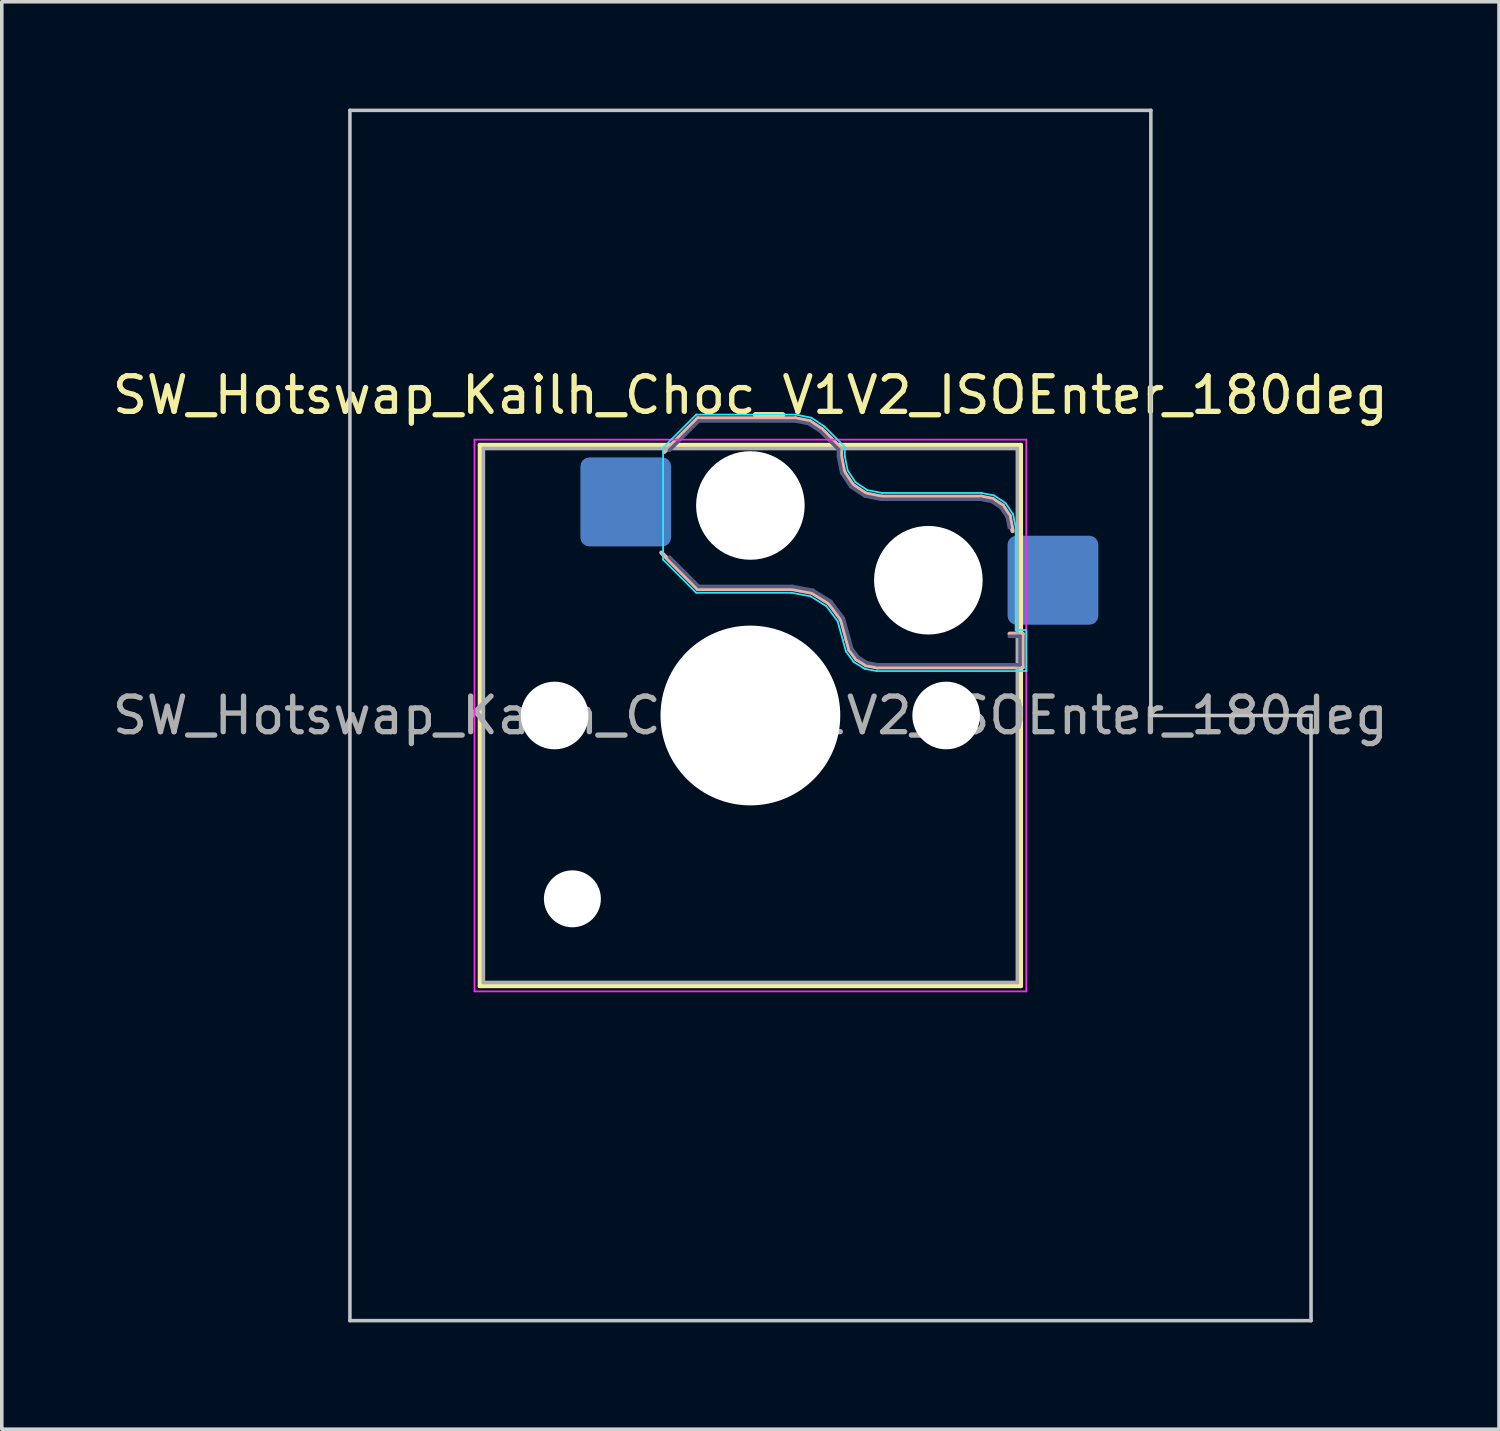
<source format=kicad_pcb>
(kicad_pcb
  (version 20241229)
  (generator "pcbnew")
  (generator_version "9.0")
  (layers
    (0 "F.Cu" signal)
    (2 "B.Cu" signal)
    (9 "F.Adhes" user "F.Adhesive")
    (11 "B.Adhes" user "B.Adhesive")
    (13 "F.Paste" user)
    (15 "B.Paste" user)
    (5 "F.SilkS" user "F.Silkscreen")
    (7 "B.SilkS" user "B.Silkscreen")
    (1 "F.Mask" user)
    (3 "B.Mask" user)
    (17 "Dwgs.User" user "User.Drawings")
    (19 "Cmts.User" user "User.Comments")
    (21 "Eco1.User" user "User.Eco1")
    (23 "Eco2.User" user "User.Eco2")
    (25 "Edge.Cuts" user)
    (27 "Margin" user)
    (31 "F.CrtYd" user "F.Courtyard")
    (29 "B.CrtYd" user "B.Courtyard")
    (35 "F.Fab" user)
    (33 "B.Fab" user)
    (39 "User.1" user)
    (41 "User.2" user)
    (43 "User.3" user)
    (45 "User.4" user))
  (footprint "SW_Hotswap_Kailh_Choc_V1V2_ISOEnter_180deg"
    (layer "F.Cu")
    (at 18.03 17.05)
    (property "Reference" "SW_Hotswap_Kailh_Choc_V1V2_ISOEnter_180deg" (at 0 -9 0) (layer "F.SilkS") (effects (font (size 1 1) (thickness 0.15))))
    (attr smd)
    (fp_line (start -7.6 -7.6) (end -7.6 7.6) (stroke (width 0.12) (type solid)) (layer "F.SilkS"))
    (fp_line (start -7.6 7.6) (end 7.6 7.6) (stroke (width 0.12) (type solid)) (layer "F.SilkS"))
    (fp_line (start 7.6 -7.6) (end -7.6 -7.6) (stroke (width 0.12) (type solid)) (layer "F.SilkS"))
    (fp_line (start 7.6 7.6) (end 7.6 -7.6) (stroke (width 0.12) (type solid)) (layer "F.SilkS"))
    (fp_line (start -2.416 -7.409) (end -1.479 -8.346) (stroke (width 0.12) (type solid)) (layer "B.SilkS"))
    (fp_line (start -1.479 -8.346) (end 1.268 -8.346) (stroke (width 0.12) (type solid)) (layer "B.SilkS"))
    (fp_line (start -1.479 -3.554) (end -2.5 -4.575) (stroke (width 0.12) (type solid)) (layer "B.SilkS"))
    (fp_line (start 1.168 -3.554) (end -1.479 -3.554) (stroke (width 0.12) (type solid)) (layer "B.SilkS"))
    (fp_line (start 1.268 -8.346) (end 1.671 -8.266) (stroke (width 0.12) (type solid)) (layer "B.SilkS"))
    (fp_line (start 1.671 -8.266) (end 2.013 -8.037) (stroke (width 0.12) (type solid)) (layer "B.SilkS"))
    (fp_line (start 1.73 -3.449) (end 1.168 -3.554) (stroke (width 0.12) (type solid)) (layer "B.SilkS"))
    (fp_line (start 2.013 -8.037) (end 2.546 -7.504) (stroke (width 0.12) (type solid)) (layer "B.SilkS"))
    (fp_line (start 2.209 -3.15) (end 1.73 -3.449) (stroke (width 0.12) (type solid)) (layer "B.SilkS"))
    (fp_line (start 2.546 -7.504) (end 2.546 -7.282) (stroke (width 0.12) (type solid)) (layer "B.SilkS"))
    (fp_line (start 2.546 -7.282) (end 2.633 -6.844) (stroke (width 0.12) (type solid)) (layer "B.SilkS"))
    (fp_line (start 2.547 -2.697) (end 2.209 -3.15) (stroke (width 0.12) (type solid)) (layer "B.SilkS"))
    (fp_line (start 2.633 -6.844) (end 2.877 -6.477) (stroke (width 0.12) (type solid)) (layer "B.SilkS"))
    (fp_line (start 2.701 -2.139) (end 2.547 -2.697) (stroke (width 0.12) (type solid)) (layer "B.SilkS"))
    (fp_line (start 2.783 -1.841) (end 2.701 -2.139) (stroke (width 0.12) (type solid)) (layer "B.SilkS"))
    (fp_line (start 2.877 -6.477) (end 3.244 -6.233) (stroke (width 0.12) (type solid)) (layer "B.SilkS"))
    (fp_line (start 2.976 -1.583) (end 2.783 -1.841) (stroke (width 0.12) (type solid)) (layer "B.SilkS"))
    (fp_line (start 3.244 -6.233) (end 3.682 -6.146) (stroke (width 0.12) (type solid)) (layer "B.SilkS"))
    (fp_line (start 3.25 -1.413) (end 2.976 -1.583) (stroke (width 0.12) (type solid)) (layer "B.SilkS"))
    (fp_line (start 3.56 -1.354) (end 3.25 -1.413) (stroke (width 0.12) (type solid)) (layer "B.SilkS"))
    (fp_line (start 3.682 -6.146) (end 6.482 -6.146) (stroke (width 0.12) (type solid)) (layer "B.SilkS"))
    (fp_line (start 6.482 -6.146) (end 6.809 -6.081) (stroke (width 0.12) (type solid)) (layer "B.SilkS"))
    (fp_line (start 6.809 -6.081) (end 7.092 -5.892) (stroke (width 0.12) (type solid)) (layer "B.SilkS"))
    (fp_line (start 7.092 -5.892) (end 7.281 -5.609) (stroke (width 0.12) (type solid)) (layer "B.SilkS"))
    (fp_line (start 7.281 -5.609) (end 7.366 -5.182) (stroke (width 0.12) (type solid)) (layer "B.SilkS"))
    (fp_line (start 7.283 -2.296) (end 7.646 -2.296) (stroke (width 0.12) (type solid)) (layer "B.SilkS"))
    (fp_line (start 7.646 -2.296) (end 7.646 -1.354) (stroke (width 0.12) (type solid)) (layer "B.SilkS"))
    (fp_line (start 7.646 -1.354) (end 3.56 -1.354) (stroke (width 0.12) (type solid)) (layer "B.SilkS"))
    (fp_line (start -11.25 -17) (end -11.25 17) (stroke (width 0.1) (type solid)) (layer "Dwgs.User"))
    (fp_line (start -11.25 17) (end 15.75 17) (stroke (width 0.1) (type solid)) (layer "Dwgs.User"))
    (fp_line (start 11.25 -17) (end -11.25 -17) (stroke (width 0.1) (type solid)) (layer "Dwgs.User"))
    (fp_line (start 11.25 0) (end 11.25 -17) (stroke (width 0.1) (type solid)) (layer "Dwgs.User"))
    (fp_line (start 15.75 0) (end 11.25 0) (stroke (width 0.1) (type solid)) (layer "Dwgs.User"))
    (fp_line (start 15.75 17) (end 15.75 0) (stroke (width 0.1) (type solid)) (layer "Dwgs.User"))
    (fp_line (start -7.25 -7.25) (end -7.25 7.25) (stroke (width 0.1) (type solid)) (layer "Eco1.User"))
    (fp_line (start -7.25 7.25) (end 7.25 7.25) (stroke (width 0.1) (type solid)) (layer "Eco1.User"))
    (fp_line (start 7.25 -7.25) (end -7.25 -7.25) (stroke (width 0.1) (type solid)) (layer "Eco1.User"))
    (fp_line (start 7.25 7.25) (end 7.25 -7.25) (stroke (width 0.1) (type solid)) (layer "Eco1.User"))
    (fp_line (start -2.452 -7.523) (end -1.523 -8.452) (stroke (width 0.05) (type solid)) (layer "B.CrtYd"))
    (fp_line (start -2.452 -4.377) (end -2.452 -7.523) (stroke (width 0.05) (type solid)) (layer "B.CrtYd"))
    (fp_line (start -1.523 -8.452) (end 1.278 -8.452) (stroke (width 0.05) (type solid)) (layer "B.CrtYd"))
    (fp_line (start -1.523 -3.448) (end -2.452 -4.377) (stroke (width 0.05) (type solid)) (layer "B.CrtYd"))
    (fp_line (start 1.159 -3.448) (end -1.523 -3.448) (stroke (width 0.05) (type solid)) (layer "B.CrtYd"))
    (fp_line (start 1.278 -8.452) (end 1.712 -8.366) (stroke (width 0.05) (type solid)) (layer "B.CrtYd"))
    (fp_line (start 1.691 -3.348) (end 1.159 -3.448) (stroke (width 0.05) (type solid)) (layer "B.CrtYd"))
    (fp_line (start 1.712 -8.366) (end 2.081 -8.119) (stroke (width 0.05) (type solid)) (layer "B.CrtYd"))
    (fp_line (start 2.081 -8.119) (end 2.652 -7.548) (stroke (width 0.05) (type solid)) (layer "B.CrtYd"))
    (fp_line (start 2.136 -3.071) (end 1.691 -3.348) (stroke (width 0.05) (type solid)) (layer "B.CrtYd"))
    (fp_line (start 2.45 -2.65) (end 2.136 -3.071) (stroke (width 0.05) (type solid)) (layer "B.CrtYd"))
    (fp_line (start 2.599 -2.111) (end 2.45 -2.65) (stroke (width 0.05) (type solid)) (layer "B.CrtYd"))
    (fp_line (start 2.652 -7.548) (end 2.652 -7.292) (stroke (width 0.05) (type solid)) (layer "B.CrtYd"))
    (fp_line (start 2.652 -7.292) (end 2.733 -6.885) (stroke (width 0.05) (type solid)) (layer "B.CrtYd"))
    (fp_line (start 2.687 -1.794) (end 2.599 -2.111) (stroke (width 0.05) (type solid)) (layer "B.CrtYd"))
    (fp_line (start 2.733 -6.885) (end 2.953 -6.553) (stroke (width 0.05) (type solid)) (layer "B.CrtYd"))
    (fp_line (start 2.903 -1.503) (end 2.687 -1.794) (stroke (width 0.05) (type solid)) (layer "B.CrtYd"))
    (fp_line (start 2.953 -6.553) (end 3.285 -6.333) (stroke (width 0.05) (type solid)) (layer "B.CrtYd"))
    (fp_line (start 3.211 -1.312) (end 2.903 -1.503) (stroke (width 0.05) (type solid)) (layer "B.CrtYd"))
    (fp_line (start 3.285 -6.333) (end 3.692 -6.252) (stroke (width 0.05) (type solid)) (layer "B.CrtYd"))
    (fp_line (start 3.55 -1.248) (end 3.211 -1.312) (stroke (width 0.05) (type solid)) (layer "B.CrtYd"))
    (fp_line (start 3.692 -6.252) (end 6.492 -6.252) (stroke (width 0.05) (type solid)) (layer "B.CrtYd"))
    (fp_line (start 6.492 -6.252) (end 6.85 -6.181) (stroke (width 0.05) (type solid)) (layer "B.CrtYd"))
    (fp_line (start 6.85 -6.181) (end 7.168 -5.968) (stroke (width 0.05) (type solid)) (layer "B.CrtYd"))
    (fp_line (start 7.168 -5.968) (end 7.381 -5.65) (stroke (width 0.05) (type solid)) (layer "B.CrtYd"))
    (fp_line (start 7.381 -5.65) (end 7.452 -5.292) (stroke (width 0.05) (type solid)) (layer "B.CrtYd"))
    (fp_line (start 7.452 -5.292) (end 7.452 -2.402) (stroke (width 0.05) (type solid)) (layer "B.CrtYd"))
    (fp_line (start 7.452 -2.402) (end 7.752 -2.402) (stroke (width 0.05) (type solid)) (layer "B.CrtYd"))
    (fp_line (start 7.752 -2.402) (end 7.752 -1.248) (stroke (width 0.05) (type solid)) (layer "B.CrtYd"))
    (fp_line (start 7.752 -1.248) (end 3.55 -1.248) (stroke (width 0.05) (type solid)) (layer "B.CrtYd"))
    (fp_line (start -7.75 -7.75) (end -7.75 7.75) (stroke (width 0.05) (type solid)) (layer "F.CrtYd"))
    (fp_line (start -7.75 7.75) (end 7.75 7.75) (stroke (width 0.05) (type solid)) (layer "F.CrtYd"))
    (fp_line (start 7.75 -7.75) (end -7.75 -7.75) (stroke (width 0.05) (type solid)) (layer "F.CrtYd"))
    (fp_line (start 7.75 7.75) (end 7.75 -7.75) (stroke (width 0.05) (type solid)) (layer "F.CrtYd"))
    (fp_line (start -2.275 -7.45) (end -1.45 -8.275) (stroke (width 0.1) (type solid)) (layer "B.Fab"))
    (fp_line (start -1.45 -8.275) (end 1.261 -8.275) (stroke (width 0.1) (type solid)) (layer "B.Fab"))
    (fp_line (start -1.45 -3.625) (end -2.275 -4.45) (stroke (width 0.1) (type solid)) (layer "B.Fab"))
    (fp_line (start 1.175 -3.625) (end -1.45 -3.625) (stroke (width 0.1) (type solid)) (layer "B.Fab"))
    (fp_line (start 1.261 -8.275) (end 1.643 -8.199) (stroke (width 0.1) (type solid)) (layer "B.Fab"))
    (fp_line (start 1.643 -8.199) (end 1.968 -7.982) (stroke (width 0.1) (type solid)) (layer "B.Fab"))
    (fp_line (start 1.756 -3.516) (end 1.175 -3.625) (stroke (width 0.1) (type solid)) (layer "B.Fab"))
    (fp_line (start 1.968 -7.982) (end 2.475 -7.475) (stroke (width 0.1) (type solid)) (layer "B.Fab"))
    (fp_line (start 2.258 -3.203) (end 1.756 -3.516) (stroke (width 0.1) (type solid)) (layer "B.Fab"))
    (fp_line (start 2.475 -7.475) (end 2.475 -7.275) (stroke (width 0.1) (type solid)) (layer "B.Fab"))
    (fp_line (start 2.475 -7.275) (end 2.566 -6.816) (stroke (width 0.1) (type solid)) (layer "B.Fab"))
    (fp_line (start 2.566 -6.816) (end 2.826 -6.426) (stroke (width 0.1) (type solid)) (layer "B.Fab"))
    (fp_line (start 2.612 -2.729) (end 2.258 -3.203) (stroke (width 0.1) (type solid)) (layer "B.Fab"))
    (fp_line (start 2.769 -2.158) (end 2.612 -2.729) (stroke (width 0.1) (type solid)) (layer "B.Fab"))
    (fp_line (start 2.826 -6.426) (end 3.216 -6.166) (stroke (width 0.1) (type solid)) (layer "B.Fab"))
    (fp_line (start 2.848 -1.873) (end 2.769 -2.158) (stroke (width 0.1) (type solid)) (layer "B.Fab"))
    (fp_line (start 3.025 -1.636) (end 2.848 -1.873) (stroke (width 0.1) (type solid)) (layer "B.Fab"))
    (fp_line (start 3.216 -6.166) (end 3.675 -6.075) (stroke (width 0.1) (type solid)) (layer "B.Fab"))
    (fp_line (start 3.276 -1.48) (end 3.025 -1.636) (stroke (width 0.1) (type solid)) (layer "B.Fab"))
    (fp_line (start 3.567 -1.425) (end 3.276 -1.48) (stroke (width 0.1) (type solid)) (layer "B.Fab"))
    (fp_line (start 3.675 -6.075) (end 6.475 -6.075) (stroke (width 0.1) (type solid)) (layer "B.Fab"))
    (fp_line (start 6.475 -6.075) (end 6.781 -6.014) (stroke (width 0.1) (type solid)) (layer "B.Fab"))
    (fp_line (start 6.781 -6.014) (end 7.041 -5.841) (stroke (width 0.1) (type solid)) (layer "B.Fab"))
    (fp_line (start 7.041 -5.841) (end 7.214 -5.581) (stroke (width 0.1) (type solid)) (layer "B.Fab"))
    (fp_line (start 7.214 -5.581) (end 7.275 -5.275) (stroke (width 0.1) (type solid)) (layer "B.Fab"))
    (fp_line (start 7.275 -2.225) (end 7.575 -2.225) (stroke (width 0.1) (type solid)) (layer "B.Fab"))
    (fp_line (start 7.575 -2.225) (end 7.575 -1.425) (stroke (width 0.1) (type solid)) (layer "B.Fab"))
    (fp_line (start 7.575 -1.425) (end 3.567 -1.425) (stroke (width 0.1) (type solid)) (layer "B.Fab"))
    (fp_line (start -7.5 -7.5) (end -7.5 7.5) (stroke (width 0.1) (type solid)) (layer "F.Fab"))
    (fp_line (start -7.5 7.5) (end 7.5 7.5) (stroke (width 0.1) (type solid)) (layer "F.Fab"))
    (fp_line (start 7.5 -7.5) (end -7.5 -7.5) (stroke (width 0.1) (type solid)) (layer "F.Fab"))
    (fp_line (start 7.5 7.5) (end 7.5 -7.5) (stroke (width 0.1) (type solid)) (layer "F.Fab"))
    (fp_text user "${REFERENCE}" (at 0 0 0) (layer "F.Fab") (effects (font (size 1 1) (thickness 0.15))))
    (pad "" np_thru_hole circle (at -5.5 0) (size 1.9 1.9) (drill 1.9) (layers "*.Cu" "*.Mask"))
    (pad "" np_thru_hole circle (at -5 5.15) (size 1.6 1.6) (drill 1.6) (layers "*.Cu" "*.Mask"))
    (pad "" np_thru_hole circle (at 0 -5.9) (size 3.05 3.05) (drill 3.05) (layers "*.Cu" "*.Mask"))
    (pad "" np_thru_hole circle (at 0 0) (size 5.05 5.05) (drill 5.05) (layers "*.Cu" "*.Mask"))
    (pad "" np_thru_hole circle (at 5 -3.8) (size 3.05 3.05) (drill 3.05) (layers "*.Cu" "*.Mask"))
    (pad "" np_thru_hole circle (at 5.5 0) (size 1.9 1.9) (drill 1.9) (layers "*.Cu" "*.Mask"))
    (pad "1" smd roundrect (at -3.5 -6) (size 2.55 2.5) (layers "B.Cu" "B.Mask" "B.Paste") (roundrect_rratio 0.1))
    (pad "2" smd roundrect (at 8.5 -3.8) (size 2.55 2.5) (layers "B.Cu" "B.Mask" "B.Paste") (roundrect_rratio 0.1)))
  (gr_rect
    (start -3 -3)
    (end 39.06 37.1)
    (stroke (width 0.1) (type default))
    (fill no)
    (layer "Edge.Cuts")))
</source>
